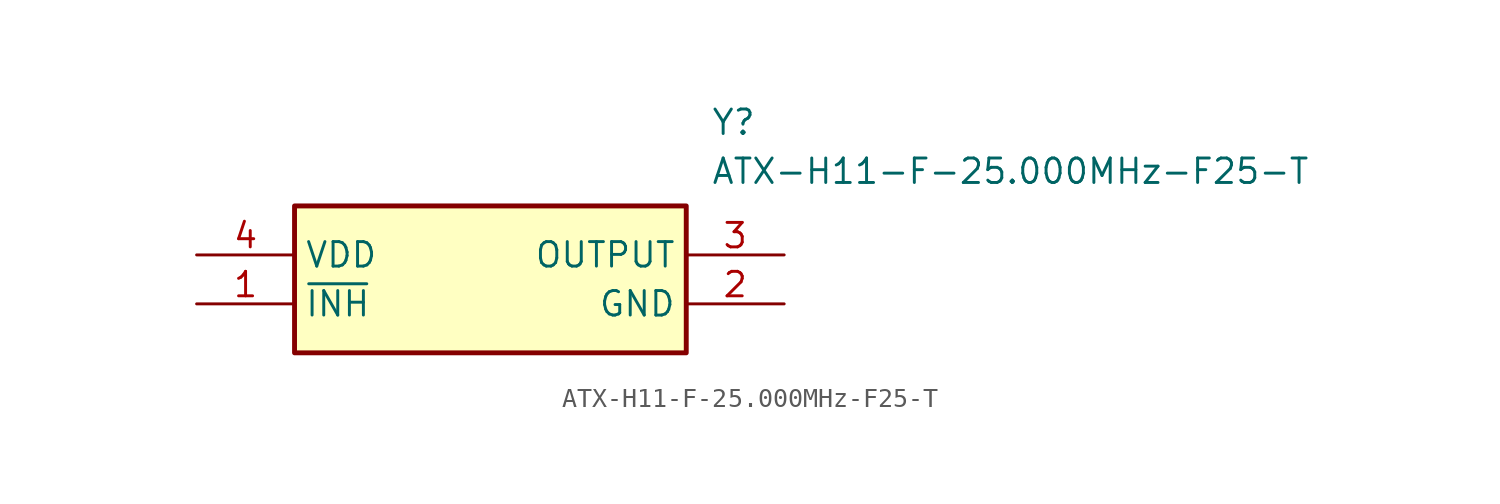
<source format=kicad_sym>
(kicad_symbol_lib
  (version 20211014)
  (generator SamacSys_ECAD_Model)
  (symbol "ATX-H11-F-25.000MHz-F25-T"
    (property "Reference" "Y"
      (at 26.67 7.62 0)
      (effects (font (size 1.27 1.27)) (justify left top)))
    (property "Value" "ATX-H11-F-25.000MHz-F25-T"
      (at 26.67 5.08 0)
      (effects (font (size 1.27 1.27)) (justify left top)))
    (rectangle
      (start 5.08 2.54)
      (end 25.4 -5.08)
      (stroke (width 0.254) (type default))
      (fill (type background)))
    (pin passive line
      (at 0 -2.54 0)
      (length 5.08)
      (name "~{INH}" (effects (font (size 1.27 1.27))))
      (number "1" (effects (font (size 1.27 1.27)))))
    (pin passive line
      (at 30.48 -2.54 180)
      (length 5.08)
      (name "GND" (effects (font (size 1.27 1.27))))
      (number "2" (effects (font (size 1.27 1.27)))))
    (pin passive line
      (at 30.48 0 180)
      (length 5.08)
      (name "OUTPUT" (effects (font (size 1.27 1.27))))
      (number "3" (effects (font (size 1.27 1.27)))))
    (pin passive line
      (at 0 0 0)
      (length 5.08)
      (name "VDD" (effects (font (size 1.27 1.27))))
      (number "4" (effects (font (size 1.27 1.27)))))))
</source>
